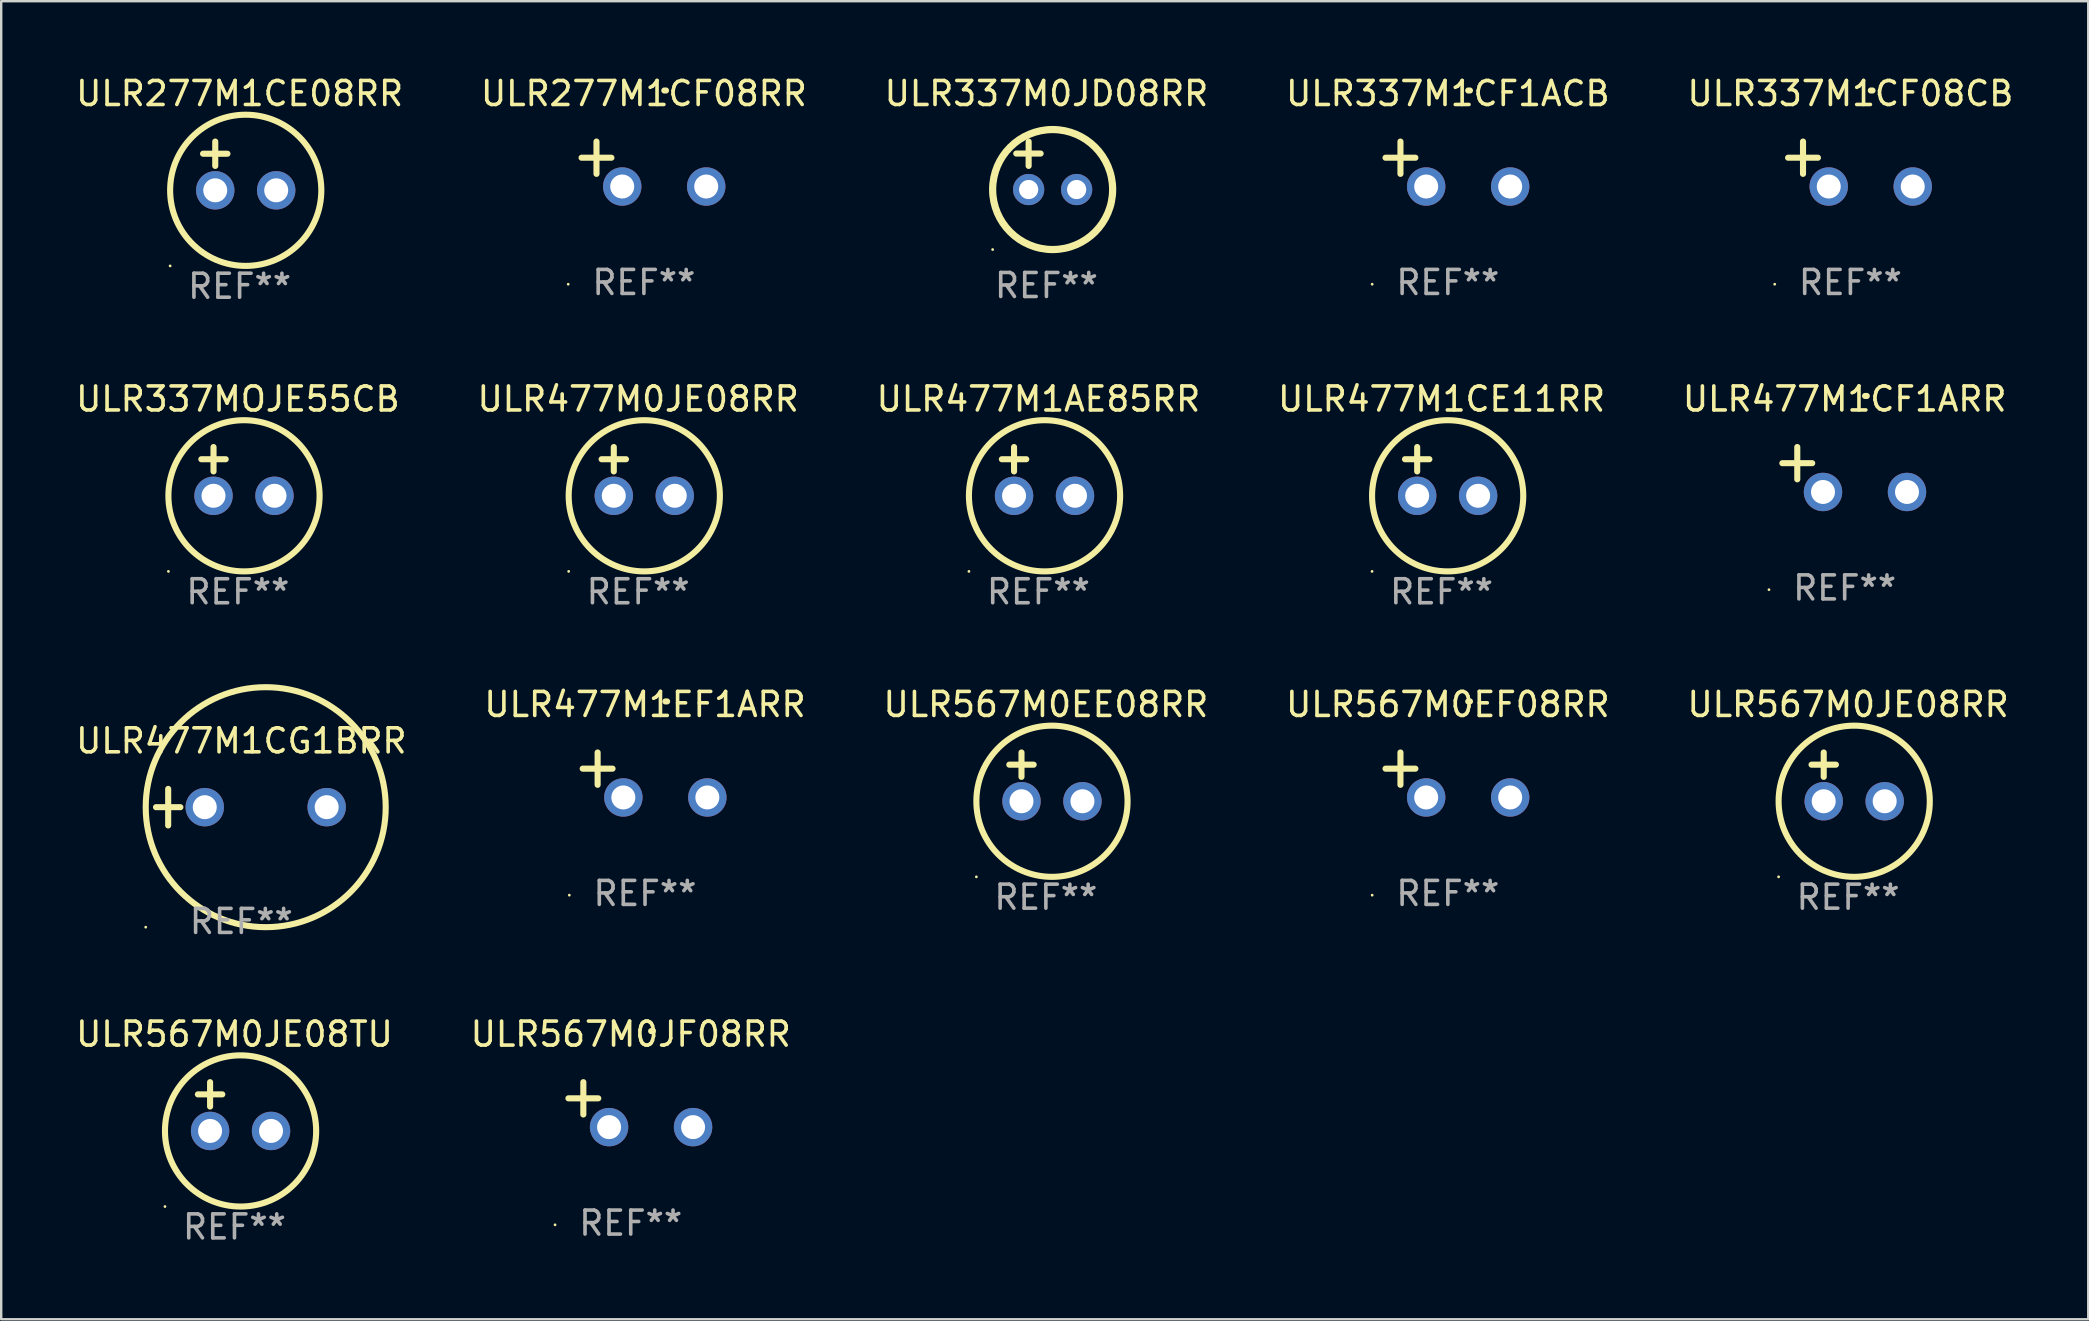
<source format=kicad_pcb>
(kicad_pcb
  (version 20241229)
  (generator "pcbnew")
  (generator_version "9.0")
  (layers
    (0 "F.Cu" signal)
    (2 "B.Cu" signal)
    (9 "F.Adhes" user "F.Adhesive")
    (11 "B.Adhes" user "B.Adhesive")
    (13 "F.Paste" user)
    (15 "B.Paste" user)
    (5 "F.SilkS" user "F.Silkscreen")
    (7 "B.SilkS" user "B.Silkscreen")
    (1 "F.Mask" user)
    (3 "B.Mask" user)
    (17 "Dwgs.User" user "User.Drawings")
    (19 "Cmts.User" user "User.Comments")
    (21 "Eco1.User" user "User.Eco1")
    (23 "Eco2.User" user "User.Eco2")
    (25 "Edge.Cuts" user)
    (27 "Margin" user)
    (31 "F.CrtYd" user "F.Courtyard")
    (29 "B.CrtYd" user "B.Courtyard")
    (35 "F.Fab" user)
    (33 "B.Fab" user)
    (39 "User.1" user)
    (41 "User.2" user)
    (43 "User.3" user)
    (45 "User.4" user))
  (footprint "ULR567M0EF08RR"
    (layer "F.Cu")
    (at 57.28 29.242)
    (property "Reference" "ULR567M0EF08RR" (at 0 -2.937 0) (layer "F.SilkS") (effects (font (size 1 1) (thickness 0.15))))
    (attr through_hole)
    (fp_line (start -1.975 0.41) (end -1.975 -0.937) (stroke (width 0.254) (type solid)) (layer "F.SilkS"))
    (fp_line (start -1.353 -0.263) (end -2.597 -0.263) (stroke (width 0.254) (type solid)) (layer "F.SilkS"))
    (fp_arc (start 0.849809 -3.063957) (mid 0.885369 -3.064114) (end 0.920929 -3.063957) (stroke (width 0.254001) (type solid)) (layer "F.SilkS"))
    (fp_circle (center -3.154 5.008) (end -3.124 5.008) (stroke (width 0.06) (type solid)) (fill no) (layer "F.SilkS"))
    (fp_text user "REF**" (at 0 4.937 0) (layer "F.Fab") (effects (font (size 1 1) (thickness 0.15))))
    (pad "1" thru_hole circle (at -0.903 0.937) (size 1.6 1.6) (drill 1) (layers "*.Cu" "*.Mask"))
    (pad "2" thru_hole circle (at 2.597 0.937) (size 1.6 1.6) (drill 1) (layers "*.Cu" "*.Mask")))
  (footprint "ULR567M0JF08RR"
    (layer "F.Cu")
    (at 23.232 42.979)
    (property "Reference" "ULR567M0JF08RR" (at 0 -2.937 0) (layer "F.SilkS") (effects (font (size 1 1) (thickness 0.15))))
    (attr through_hole)
    (fp_line (start -1.975 0.41) (end -1.975 -0.937) (stroke (width 0.254) (type solid)) (layer "F.SilkS"))
    (fp_line (start -1.353 -0.263) (end -2.597 -0.263) (stroke (width 0.254) (type solid)) (layer "F.SilkS"))
    (fp_arc (start 0.849809 -3.063957) (mid 0.885369 -3.064114) (end 0.920929 -3.063957) (stroke (width 0.254001) (type solid)) (layer "F.SilkS"))
    (fp_circle (center -3.154 5.008) (end -3.124 5.008) (stroke (width 0.06) (type solid)) (fill no) (layer "F.SilkS"))
    (fp_text user "REF**" (at 0 4.937 0) (layer "F.Fab") (effects (font (size 1 1) (thickness 0.15))))
    (pad "1" thru_hole circle (at -0.903 0.937) (size 1.6 1.6) (drill 1) (layers "*.Cu" "*.Mask"))
    (pad "2" thru_hole circle (at 2.597 0.937) (size 1.6 1.6) (drill 1) (layers "*.Cu" "*.Mask")))
  (footprint "ULR337M0JD08RR"
    (layer "F.Cu")
    (at 40.554 3.848)
    (property "Reference" "ULR337M0JD08RR" (at 0 -3 0) (layer "F.SilkS") (effects (font (size 1 1) (thickness 0.15))))
    (attr through_hole)
    (fp_line (start -1.258 -0.5) (end -0.242 -0.5) (stroke (width 0.254) (type solid)) (layer "F.SilkS"))
    (fp_line (start -0.742 -1) (end -0.742 0.016) (stroke (width 0.254) (type solid)) (layer "F.SilkS"))
    (fp_circle (center -2.242 3.5) (end -2.212 3.5) (stroke (width 0.06) (type solid)) (fill no) (layer "F.SilkS"))
    (fp_circle (center 0.258 1) (end 2.758 1) (stroke (width 0.3) (type solid)) (fill no) (layer "F.SilkS"))
    (fp_text user "REF**" (at 0 5 0) (layer "F.Fab") (effects (font (size 1 1) (thickness 0.15))))
    (pad "1" thru_hole circle (at -0.742 1) (size 1.3 1.3) (drill 0.8) (layers "*.Cu" "*.Mask"))
    (pad "2" thru_hole circle (at 1.258 1) (size 1.3 1.3) (drill 0.8) (layers "*.Cu" "*.Mask")))
  (footprint "ULR337MOJE55CB"
    (layer "F.Cu")
    (at 6.863 16.593)
    (property "Reference" "ULR337MOJE55CB" (at 0 -3.016 0) (layer "F.SilkS") (effects (font (size 1 1) (thickness 0.15))))
    (attr through_hole)
    (fp_line (start -1.524 -0.508) (end -0.508 -0.508) (stroke (width 0.254) (type solid)) (layer "F.SilkS"))
    (fp_line (start -1.016 -1.016) (end -1.016 0) (stroke (width 0.254) (type solid)) (layer "F.SilkS"))
    (fp_circle (center -2.896 4.166) (end -2.866 4.166) (stroke (width 0.06) (type solid)) (fill no) (layer "F.SilkS"))
    (fp_circle (center 0.254 1.016) (end 3.404 1.016) (stroke (width 0.254) (type solid)) (fill no) (layer "F.SilkS"))
    (fp_text user "REF**" (at 0 5.016 0) (layer "F.Fab") (effects (font (size 1 1) (thickness 0.15))))
    (pad "1" thru_hole circle (at -1.016 1.016) (size 1.6 1.6) (drill 1) (layers "*.Cu" "*.Mask"))
    (pad "2" thru_hole circle (at 1.524 1.016) (size 1.6 1.6) (drill 1) (layers "*.Cu" "*.Mask")))
  (footprint "ULR277M1CF08RR"
    (layer "F.Cu")
    (at 23.78 3.785)
    (property "Reference" "ULR277M1CF08RR" (at 0 -2.937 0) (layer "F.SilkS") (effects (font (size 1 1) (thickness 0.15))))
    (attr through_hole)
    (fp_line (start -1.975 0.41) (end -1.975 -0.937) (stroke (width 0.254) (type solid)) (layer "F.SilkS"))
    (fp_line (start -1.353 -0.263) (end -2.597 -0.263) (stroke (width 0.254) (type solid)) (layer "F.SilkS"))
    (fp_arc (start 0.849809 -3.063957) (mid 0.885369 -3.064114) (end 0.920929 -3.063957) (stroke (width 0.254001) (type solid)) (layer "F.SilkS"))
    (fp_circle (center -3.154 5.008) (end -3.124 5.008) (stroke (width 0.06) (type solid)) (fill no) (layer "F.SilkS"))
    (fp_text user "REF**" (at 0 4.937 0) (layer "F.Fab") (effects (font (size 1 1) (thickness 0.15))))
    (pad "1" thru_hole circle (at -0.903 0.937) (size 1.6 1.6) (drill 1) (layers "*.Cu" "*.Mask"))
    (pad "2" thru_hole circle (at 2.597 0.937) (size 1.6 1.6) (drill 1) (layers "*.Cu" "*.Mask")))
  (footprint "ULR477M1EF1ARR"
    (layer "F.Cu")
    (at 23.827 29.242)
    (property "Reference" "ULR477M1EF1ARR" (at 0 -2.937 0) (layer "F.SilkS") (effects (font (size 1 1) (thickness 0.15))))
    (attr through_hole)
    (fp_line (start -1.975 0.41) (end -1.975 -0.937) (stroke (width 0.254) (type solid)) (layer "F.SilkS"))
    (fp_line (start -1.353 -0.263) (end -2.597 -0.263) (stroke (width 0.254) (type solid)) (layer "F.SilkS"))
    (fp_arc (start 0.849809 -3.063957) (mid 0.885369 -3.064114) (end 0.920929 -3.063957) (stroke (width 0.254001) (type solid)) (layer "F.SilkS"))
    (fp_circle (center -3.154 5.008) (end -3.124 5.008) (stroke (width 0.06) (type solid)) (fill no) (layer "F.SilkS"))
    (fp_text user "REF**" (at 0 4.937 0) (layer "F.Fab") (effects (font (size 1 1) (thickness 0.15))))
    (pad "1" thru_hole circle (at -0.903 0.937) (size 1.6 1.6) (drill 1) (layers "*.Cu" "*.Mask"))
    (pad "2" thru_hole circle (at 2.597 0.937) (size 1.6 1.6) (drill 1) (layers "*.Cu" "*.Mask")))
  (footprint "ULR477M1CF1ARR"
    (layer "F.Cu")
    (at 73.815 16.513)
    (property "Reference" "ULR477M1CF1ARR" (at 0 -2.937 0) (layer "F.SilkS") (effects (font (size 1 1) (thickness 0.15))))
    (attr through_hole)
    (fp_line (start -1.975 0.41) (end -1.975 -0.937) (stroke (width 0.254) (type solid)) (layer "F.SilkS"))
    (fp_line (start -1.353 -0.263) (end -2.597 -0.263) (stroke (width 0.254) (type solid)) (layer "F.SilkS"))
    (fp_arc (start 0.849809 -3.063957) (mid 0.885369 -3.064114) (end 0.920929 -3.063957) (stroke (width 0.254001) (type solid)) (layer "F.SilkS"))
    (fp_circle (center -3.154 5.008) (end -3.124 5.008) (stroke (width 0.06) (type solid)) (fill no) (layer "F.SilkS"))
    (fp_text user "REF**" (at 0 4.937 0) (layer "F.Fab") (effects (font (size 1 1) (thickness 0.15))))
    (pad "1" thru_hole circle (at -0.903 0.937) (size 1.6 1.6) (drill 1) (layers "*.Cu" "*.Mask"))
    (pad "2" thru_hole circle (at 2.597 0.937) (size 1.6 1.6) (drill 1) (layers "*.Cu" "*.Mask")))
  (footprint "ULR567M0EE08RR"
    (layer "F.Cu")
    (at 40.53 29.321)
    (property "Reference" "ULR567M0EE08RR" (at 0 -3.016 0) (layer "F.SilkS") (effects (font (size 1 1) (thickness 0.15))))
    (attr through_hole)
    (fp_line (start -1.524 -0.508) (end -0.508 -0.508) (stroke (width 0.254) (type solid)) (layer "F.SilkS"))
    (fp_line (start -1.016 -1.016) (end -1.016 0) (stroke (width 0.254) (type solid)) (layer "F.SilkS"))
    (fp_circle (center -2.896 4.166) (end -2.866 4.166) (stroke (width 0.06) (type solid)) (fill no) (layer "F.SilkS"))
    (fp_circle (center 0.254 1.016) (end 3.404 1.016) (stroke (width 0.254) (type solid)) (fill no) (layer "F.SilkS"))
    (fp_text user "REF**" (at 0 5.016 0) (layer "F.Fab") (effects (font (size 1 1) (thickness 0.15))))
    (pad "1" thru_hole circle (at -1.016 1.016) (size 1.6 1.6) (drill 1) (layers "*.Cu" "*.Mask"))
    (pad "2" thru_hole circle (at 1.524 1.016) (size 1.6 1.6) (drill 1) (layers "*.Cu" "*.Mask")))
  (footprint "ULR567M0JE08RR"
    (layer "F.Cu")
    (at 73.958 29.321)
    (property "Reference" "ULR567M0JE08RR" (at 0 -3.016 0) (layer "F.SilkS") (effects (font (size 1 1) (thickness 0.15))))
    (attr through_hole)
    (fp_line (start -1.524 -0.508) (end -0.508 -0.508) (stroke (width 0.254) (type solid)) (layer "F.SilkS"))
    (fp_line (start -1.016 -1.016) (end -1.016 0) (stroke (width 0.254) (type solid)) (layer "F.SilkS"))
    (fp_circle (center -2.896 4.166) (end -2.866 4.166) (stroke (width 0.06) (type solid)) (fill no) (layer "F.SilkS"))
    (fp_circle (center 0.254 1.016) (end 3.404 1.016) (stroke (width 0.254) (type solid)) (fill no) (layer "F.SilkS"))
    (fp_text user "REF**" (at 0 5.016 0) (layer "F.Fab") (effects (font (size 1 1) (thickness 0.15))))
    (pad "1" thru_hole circle (at -1.016 1.016) (size 1.6 1.6) (drill 1) (layers "*.Cu" "*.Mask"))
    (pad "2" thru_hole circle (at 1.524 1.016) (size 1.6 1.6) (drill 1) (layers "*.Cu" "*.Mask")))
  (footprint "ULR477M0JE08RR"
    (layer "F.Cu")
    (at 23.542 16.593)
    (property "Reference" "ULR477M0JE08RR" (at 0 -3.016 0) (layer "F.SilkS") (effects (font (size 1 1) (thickness 0.15))))
    (attr through_hole)
    (fp_line (start -1.524 -0.508) (end -0.508 -0.508) (stroke (width 0.254) (type solid)) (layer "F.SilkS"))
    (fp_line (start -1.016 -1.016) (end -1.016 0) (stroke (width 0.254) (type solid)) (layer "F.SilkS"))
    (fp_circle (center -2.896 4.166) (end -2.866 4.166) (stroke (width 0.06) (type solid)) (fill no) (layer "F.SilkS"))
    (fp_circle (center 0.254 1.016) (end 3.404 1.016) (stroke (width 0.254) (type solid)) (fill no) (layer "F.SilkS"))
    (fp_text user "REF**" (at 0 5.016 0) (layer "F.Fab") (effects (font (size 1 1) (thickness 0.15))))
    (pad "1" thru_hole circle (at -1.016 1.016) (size 1.6 1.6) (drill 1) (layers "*.Cu" "*.Mask"))
    (pad "2" thru_hole circle (at 1.524 1.016) (size 1.6 1.6) (drill 1) (layers "*.Cu" "*.Mask")))
  (footprint "ULR567M0JE08TU"
    (layer "F.Cu")
    (at 6.72 43.059)
    (property "Reference" "ULR567M0JE08TU" (at 0 -3.016 0) (layer "F.SilkS") (effects (font (size 1 1) (thickness 0.15))))
    (attr through_hole)
    (fp_line (start -1.524 -0.508) (end -0.508 -0.508) (stroke (width 0.254) (type solid)) (layer "F.SilkS"))
    (fp_line (start -1.016 -1.016) (end -1.016 0) (stroke (width 0.254) (type solid)) (layer "F.SilkS"))
    (fp_circle (center -2.896 4.166) (end -2.866 4.166) (stroke (width 0.06) (type solid)) (fill no) (layer "F.SilkS"))
    (fp_circle (center 0.254 1.016) (end 3.404 1.016) (stroke (width 0.254) (type solid)) (fill no) (layer "F.SilkS"))
    (fp_text user "REF**" (at 0 5.016 0) (layer "F.Fab") (effects (font (size 1 1) (thickness 0.15))))
    (pad "1" thru_hole circle (at -1.016 1.016) (size 1.6 1.6) (drill 1) (layers "*.Cu" "*.Mask"))
    (pad "2" thru_hole circle (at 1.524 1.016) (size 1.6 1.6) (drill 1) (layers "*.Cu" "*.Mask")))
  (footprint "ULR337M1CF1ACB"
    (layer "F.Cu")
    (at 57.28 3.785)
    (property "Reference" "ULR337M1CF1ACB" (at 0 -2.937 0) (layer "F.SilkS") (effects (font (size 1 1) (thickness 0.15))))
    (attr through_hole)
    (fp_line (start -1.975 0.41) (end -1.975 -0.937) (stroke (width 0.254) (type solid)) (layer "F.SilkS"))
    (fp_line (start -1.353 -0.263) (end -2.597 -0.263) (stroke (width 0.254) (type solid)) (layer "F.SilkS"))
    (fp_arc (start 0.849809 -3.063957) (mid 0.885369 -3.064114) (end 0.920929 -3.063957) (stroke (width 0.254001) (type solid)) (layer "F.SilkS"))
    (fp_circle (center -3.154 5.008) (end -3.124 5.008) (stroke (width 0.06) (type solid)) (fill no) (layer "F.SilkS"))
    (fp_text user "REF**" (at 0 4.937 0) (layer "F.Fab") (effects (font (size 1 1) (thickness 0.15))))
    (pad "1" thru_hole circle (at -0.903 0.937) (size 1.6 1.6) (drill 1) (layers "*.Cu" "*.Mask"))
    (pad "2" thru_hole circle (at 2.597 0.937) (size 1.6 1.6) (drill 1) (layers "*.Cu" "*.Mask")))
  (footprint "ULR477M1AE85RR"
    (layer "F.Cu")
    (at 40.22 16.593)
    (property "Reference" "ULR477M1AE85RR" (at 0 -3.016 0) (layer "F.SilkS") (effects (font (size 1 1) (thickness 0.15))))
    (attr through_hole)
    (fp_line (start -1.524 -0.508) (end -0.508 -0.508) (stroke (width 0.254) (type solid)) (layer "F.SilkS"))
    (fp_line (start -1.016 -1.016) (end -1.016 0) (stroke (width 0.254) (type solid)) (layer "F.SilkS"))
    (fp_circle (center -2.896 4.166) (end -2.866 4.166) (stroke (width 0.06) (type solid)) (fill no) (layer "F.SilkS"))
    (fp_circle (center 0.254 1.016) (end 3.404 1.016) (stroke (width 0.254) (type solid)) (fill no) (layer "F.SilkS"))
    (fp_text user "REF**" (at 0 5.016 0) (layer "F.Fab") (effects (font (size 1 1) (thickness 0.15))))
    (pad "1" thru_hole circle (at -1.016 1.016) (size 1.6 1.6) (drill 1) (layers "*.Cu" "*.Mask"))
    (pad "2" thru_hole circle (at 1.524 1.016) (size 1.6 1.6) (drill 1) (layers "*.Cu" "*.Mask")))
  (footprint "ULR337M1CF08CB"
    (layer "F.Cu")
    (at 74.054 3.785)
    (property "Reference" "ULR337M1CF08CB" (at 0 -2.937 0) (layer "F.SilkS") (effects (font (size 1 1) (thickness 0.15))))
    (attr through_hole)
    (fp_line (start -1.975 0.41) (end -1.975 -0.937) (stroke (width 0.254) (type solid)) (layer "F.SilkS"))
    (fp_line (start -1.353 -0.263) (end -2.597 -0.263) (stroke (width 0.254) (type solid)) (layer "F.SilkS"))
    (fp_arc (start 0.849809 -3.063957) (mid 0.885369 -3.064114) (end 0.920929 -3.063957) (stroke (width 0.254001) (type solid)) (layer "F.SilkS"))
    (fp_circle (center -3.154 5.008) (end -3.124 5.008) (stroke (width 0.06) (type solid)) (fill no) (layer "F.SilkS"))
    (fp_text user "REF**" (at 0 4.937 0) (layer "F.Fab") (effects (font (size 1 1) (thickness 0.15))))
    (pad "1" thru_hole circle (at -0.903 0.937) (size 1.6 1.6) (drill 1) (layers "*.Cu" "*.Mask"))
    (pad "2" thru_hole circle (at 2.597 0.937) (size 1.6 1.6) (drill 1) (layers "*.Cu" "*.Mask")))
  (footprint "ULR477M1CG1BRR"
    (layer "F.Cu")
    (at 7.006 30.584)
    (property "Reference" "ULR477M1CG1BRR" (at 0 -2.762 0) (layer "F.SilkS") (effects (font (size 1 1) (thickness 0.15))))
    (attr through_hole)
    (fp_line (start -3.556 0) (end -2.54 0) (stroke (width 0.254) (type solid)) (layer "F.SilkS"))
    (fp_line (start -3.048 -0.762) (end -3.048 0.762) (stroke (width 0.254) (type solid)) (layer "F.SilkS"))
    (fp_circle (center -3.984 5) (end -3.954 5) (stroke (width 0.06) (type solid)) (fill no) (layer "F.SilkS"))
    (fp_circle (center 1.016 0) (end 6.016 0) (stroke (width 0.254) (type solid)) (fill no) (layer "F.SilkS"))
    (fp_text user "REF**" (at 0 4.762 0) (layer "F.Fab") (effects (font (size 1 1) (thickness 0.15))))
    (pad "1" thru_hole circle (at -1.524 0) (size 1.6 1.6) (drill 1) (layers "*.Cu" "*.Mask"))
    (pad "2" thru_hole circle (at 3.556 0) (size 1.6 1.6) (drill 1) (layers "*.Cu" "*.Mask")))
  (footprint "ULR277M1CE08RR"
    (layer "F.Cu")
    (at 6.935 3.864)
    (property "Reference" "ULR277M1CE08RR" (at 0 -3.016 0) (layer "F.SilkS") (effects (font (size 1 1) (thickness 0.15))))
    (attr through_hole)
    (fp_line (start -1.524 -0.508) (end -0.508 -0.508) (stroke (width 0.254) (type solid)) (layer "F.SilkS"))
    (fp_line (start -1.016 -1.016) (end -1.016 0) (stroke (width 0.254) (type solid)) (layer "F.SilkS"))
    (fp_circle (center -2.896 4.166) (end -2.866 4.166) (stroke (width 0.06) (type solid)) (fill no) (layer "F.SilkS"))
    (fp_circle (center 0.254 1.016) (end 3.404 1.016) (stroke (width 0.254) (type solid)) (fill no) (layer "F.SilkS"))
    (fp_text user "REF**" (at 0 5.016 0) (layer "F.Fab") (effects (font (size 1 1) (thickness 0.15))))
    (pad "1" thru_hole circle (at -1.016 1.016) (size 1.6 1.6) (drill 1) (layers "*.Cu" "*.Mask"))
    (pad "2" thru_hole circle (at 1.524 1.016) (size 1.6 1.6) (drill 1) (layers "*.Cu" "*.Mask")))
  (footprint "ULR477M1CE11RR"
    (layer "F.Cu")
    (at 57.018 16.593)
    (property "Reference" "ULR477M1CE11RR" (at 0 -3.016 0) (layer "F.SilkS") (effects (font (size 1 1) (thickness 0.15))))
    (attr through_hole)
    (fp_line (start -1.524 -0.508) (end -0.508 -0.508) (stroke (width 0.254) (type solid)) (layer "F.SilkS"))
    (fp_line (start -1.016 -1.016) (end -1.016 0) (stroke (width 0.254) (type solid)) (layer "F.SilkS"))
    (fp_circle (center -2.896 4.166) (end -2.866 4.166) (stroke (width 0.06) (type solid)) (fill no) (layer "F.SilkS"))
    (fp_circle (center 0.254 1.016) (end 3.404 1.016) (stroke (width 0.254) (type solid)) (fill no) (layer "F.SilkS"))
    (fp_text user "REF**" (at 0 5.016 0) (layer "F.Fab") (effects (font (size 1 1) (thickness 0.15))))
    (pad "1" thru_hole circle (at -1.016 1.016) (size 1.6 1.6) (drill 1) (layers "*.Cu" "*.Mask"))
    (pad "2" thru_hole circle (at 1.524 1.016) (size 1.6 1.6) (drill 1) (layers "*.Cu" "*.Mask")))
  (gr_rect
    (start -3 -3)
    (end 83.964 51.923)
    (stroke (width 0.1) (type default))
    (fill no)
    (layer "Edge.Cuts")))
</source>
